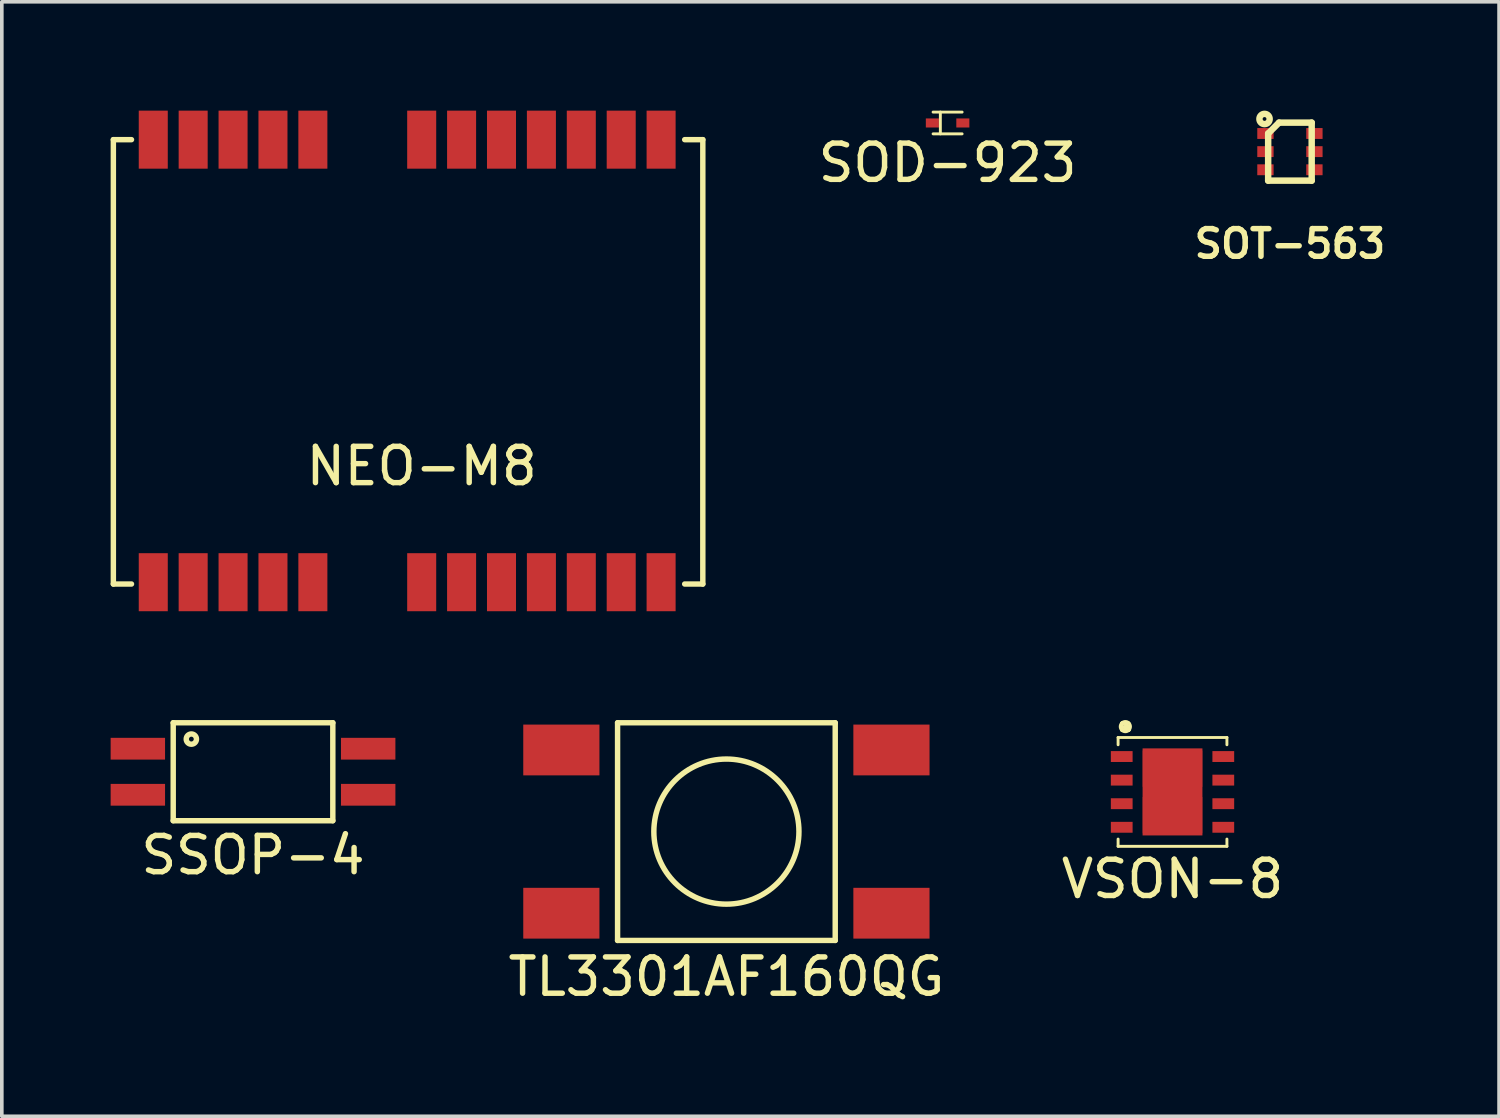
<source format=kicad_pcb>
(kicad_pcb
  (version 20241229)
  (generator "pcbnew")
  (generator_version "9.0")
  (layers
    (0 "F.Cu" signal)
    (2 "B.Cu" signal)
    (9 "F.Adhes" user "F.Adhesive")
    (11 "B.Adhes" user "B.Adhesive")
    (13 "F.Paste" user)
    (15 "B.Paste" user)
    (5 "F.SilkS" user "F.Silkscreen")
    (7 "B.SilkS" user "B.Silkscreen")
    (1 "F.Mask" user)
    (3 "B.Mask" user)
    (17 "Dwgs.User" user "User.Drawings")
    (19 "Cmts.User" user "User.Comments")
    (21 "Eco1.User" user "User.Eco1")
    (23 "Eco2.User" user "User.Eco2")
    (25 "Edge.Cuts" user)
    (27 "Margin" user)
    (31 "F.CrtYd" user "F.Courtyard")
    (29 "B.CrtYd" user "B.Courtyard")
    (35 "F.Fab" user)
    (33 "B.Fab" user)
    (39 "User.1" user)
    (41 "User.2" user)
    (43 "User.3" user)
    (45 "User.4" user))
  (footprint "SOT-563"
    (layer "F.Cu")
    (at 32.51 1.13)
    (property "Reference" "SOT-563" (at 0 2.54 0) (layer "F.SilkS") (effects (font (size 0.762 0.762) (thickness 0.152))))
    (attr smd)
    (fp_line (start -0.6 -0.5) (end -0.6 0.8) (stroke (width 0.178) (type solid)) (layer "F.SilkS"))
    (fp_line (start -0.6 -0.5) (end -0.3 -0.8) (stroke (width 0.178) (type solid)) (layer "F.SilkS"))
    (fp_line (start -0.6 0.8) (end 0.6 0.8) (stroke (width 0.178) (type solid)) (layer "F.SilkS"))
    (fp_line (start -0.3 -0.8) (end 0.6 -0.8) (stroke (width 0.178) (type solid)) (layer "F.SilkS"))
    (fp_line (start 0.6 0.8) (end 0.6 -0.8) (stroke (width 0.178) (type solid)) (layer "F.SilkS"))
    (fp_circle (center -0.7 -0.9) (end -0.8 -1) (stroke (width 0.178) (type solid)) (fill no) (layer "F.SilkS"))
    (pad "1" smd rect (at -0.675 -0.5) (size 0.45 0.3) (layers "F.Cu" "F.Mask" "F.Paste"))
    (pad "2" smd rect (at -0.675 0) (size 0.45 0.3) (layers "F.Cu" "F.Mask" "F.Paste"))
    (pad "3" smd rect (at -0.675 0.5) (size 0.45 0.3) (layers "F.Cu" "F.Mask" "F.Paste"))
    (pad "4" smd rect (at 0.675 0.5) (size 0.45 0.3) (layers "F.Cu" "F.Mask" "F.Paste"))
    (pad "5" smd rect (at 0.675 0) (size 0.45 0.3) (layers "F.Cu" "F.Mask" "F.Paste"))
    (pad "6" smd rect (at 0.675 -0.5) (size 0.45 0.3) (layers "F.Cu" "F.Mask" "F.Paste")))
  (footprint "SOD-923"
    (layer "F.Cu")
    (at 23.073 0.34)
    (property "Reference" "SOD-923" (at 0 1.1 0) (layer "F.SilkS") (effects (font (size 1 1) (thickness 0.15))))
    (attr through_hole)
    (fp_line (start -0.4 -0.3) (end 0.4 -0.3) (stroke (width 0.08) (type solid)) (layer "F.SilkS"))
    (fp_line (start -0.4 0.3) (end 0.4 0.3) (stroke (width 0.08) (type solid)) (layer "F.SilkS"))
    (fp_line (start -0.2 -0.3) (end -0.2 0.3) (stroke (width 0.08) (type solid)) (layer "F.SilkS"))
    (pad "1" smd rect (at -0.42 0) (size 0.36 0.25) (layers "F.Cu" "F.Mask" "F.Paste"))
    (pad "2" smd rect (at 0.42 0) (size 0.36 0.25) (layers "F.Cu" "F.Mask" "F.Paste")))
  (footprint "TL3301AF160QG"
    (layer "F.Cu")
    (at 16.975 19.875)
    (property "Reference" "TL3301AF160QG" (at 0 4 0) (layer "F.SilkS") (effects (font (size 1 1) (thickness 0.15))))
    (attr through_hole)
    (fp_line (start -3 -3) (end 3 -3) (stroke (width 0.15) (type solid)) (layer "F.SilkS"))
    (fp_line (start -3 3) (end -3 -3) (stroke (width 0.15) (type solid)) (layer "F.SilkS"))
    (fp_line (start 3 -3) (end 3 3) (stroke (width 0.15) (type solid)) (layer "F.SilkS"))
    (fp_line (start 3 3) (end -3 3) (stroke (width 0.15) (type solid)) (layer "F.SilkS"))
    (fp_circle (center 0 0) (end 2 0) (stroke (width 0.15) (type solid)) (fill no) (layer "F.SilkS"))
    (pad "1" smd rect (at -4.55 -2.25) (size 2.1 1.4) (layers "F.Cu" "F.Mask" "F.Paste"))
    (pad "1" smd rect (at 4.55 -2.25) (size 2.1 1.4) (layers "F.Cu" "F.Mask" "F.Paste"))
    (pad "2" smd rect (at -4.55 2.25) (size 2.1 1.4) (layers "F.Cu" "F.Mask" "F.Paste"))
    (pad "2" smd rect (at 4.55 2.25) (size 2.1 1.4) (layers "F.Cu" "F.Mask" "F.Paste")))
  (footprint "SSOP-4"
    (layer "F.Cu")
    (at 3.925 18.225)
    (property "Reference" "SSOP-4" (at 0 2.3 0) (layer "F.SilkS") (effects (font (size 1 1) (thickness 0.15))))
    (attr through_hole)
    (fp_line (start -2.2 -1.35) (end 2.2 -1.35) (stroke (width 0.15) (type solid)) (layer "F.SilkS"))
    (fp_line (start -2.2 1.35) (end -2.2 -1.35) (stroke (width 0.15) (type solid)) (layer "F.SilkS"))
    (fp_line (start 2.2 -1.35) (end 2.2 1.35) (stroke (width 0.15) (type solid)) (layer "F.SilkS"))
    (fp_line (start 2.2 1.35) (end -2.2 1.35) (stroke (width 0.15) (type solid)) (layer "F.SilkS"))
    (fp_circle (center -1.7 -0.9) (end -1.6 -0.8) (stroke (width 0.15) (type solid)) (fill no) (layer "F.SilkS"))
    (pad "1" smd rect (at -3.175 -0.635) (size 1.5 0.6) (layers "F.Cu" "F.Mask" "F.Paste"))
    (pad "2" smd rect (at -3.175 0.635) (size 1.5 0.6) (layers "F.Cu" "F.Mask" "F.Paste"))
    (pad "3" smd rect (at 3.175 0.635) (size 1.5 0.6) (layers "F.Cu" "F.Mask" "F.Paste"))
    (pad "4" smd rect (at 3.175 -0.635) (size 1.5 0.6) (layers "F.Cu" "F.Mask" "F.Paste")))
  (footprint "NEO-M8"
    (layer "F.Cu")
    (at 8.575 0.8)
    (property "Reference" "NEO-M8" (at 0 9 0) (layer "F.SilkS") (effects (font (size 1 1) (thickness 0.15))))
    (attr through_hole)
    (fp_line (start -8.5 0) (end -8 0) (stroke (width 0.15) (type solid)) (layer "F.SilkS"))
    (fp_line (start -8.5 12.25) (end -8.5 0) (stroke (width 0.15) (type solid)) (layer "F.SilkS"))
    (fp_line (start -8 12.25) (end -8.5 12.25) (stroke (width 0.15) (type solid)) (layer "F.SilkS"))
    (fp_line (start 7.25 0) (end 7.75 0) (stroke (width 0.15) (type solid)) (layer "F.SilkS"))
    (fp_line (start 7.75 0) (end 7.75 12.25) (stroke (width 0.15) (type solid)) (layer "F.SilkS"))
    (fp_line (start 7.75 12.25) (end 7.25 12.25) (stroke (width 0.15) (type solid)) (layer "F.SilkS"))
    (pad "1" smd rect (at 6.6 0) (size 0.8 1.6) (layers "F.Cu" "F.Mask" "F.Paste"))
    (pad "2" smd rect (at 5.5 0) (size 0.8 1.6) (layers "F.Cu" "F.Mask" "F.Paste"))
    (pad "3" smd rect (at 4.4 0) (size 0.8 1.6) (layers "F.Cu" "F.Mask" "F.Paste"))
    (pad "4" smd rect (at 3.3 0) (size 0.8 1.6) (layers "F.Cu" "F.Mask" "F.Paste"))
    (pad "5" smd rect (at 2.2 0) (size 0.8 1.6) (layers "F.Cu" "F.Mask" "F.Paste"))
    (pad "6" smd rect (at 1.1 0) (size 0.8 1.6) (layers "F.Cu" "F.Mask" "F.Paste"))
    (pad "7" smd rect (at 0 0) (size 0.8 1.6) (layers "F.Cu" "F.Mask" "F.Paste"))
    (pad "8" smd rect (at -3 0) (size 0.8 1.6) (layers "F.Cu" "F.Mask" "F.Paste"))
    (pad "9" smd rect (at -4.1 0) (size 0.8 1.6) (layers "F.Cu" "F.Mask" "F.Paste"))
    (pad "10" smd rect (at -5.2 0) (size 0.8 1.6) (layers "F.Cu" "F.Mask" "F.Paste"))
    (pad "11" smd rect (at -6.3 0) (size 0.8 1.6) (layers "F.Cu" "F.Mask" "F.Paste"))
    (pad "12" smd rect (at -7.4 0) (size 0.8 1.6) (layers "F.Cu" "F.Mask" "F.Paste"))
    (pad "13" smd rect (at -7.4 12.2) (size 0.8 1.6) (layers "F.Cu" "F.Mask" "F.Paste"))
    (pad "14" smd rect (at -6.3 12.2) (size 0.8 1.6) (layers "F.Cu" "F.Mask" "F.Paste"))
    (pad "15" smd rect (at -5.2 12.2) (size 0.8 1.6) (layers "F.Cu" "F.Mask" "F.Paste"))
    (pad "16" smd rect (at -4.1 12.2) (size 0.8 1.6) (layers "F.Cu" "F.Mask" "F.Paste"))
    (pad "17" smd rect (at -3 12.2) (size 0.8 1.6) (layers "F.Cu" "F.Mask" "F.Paste"))
    (pad "18" smd rect (at 0 12.2) (size 0.8 1.6) (layers "F.Cu" "F.Mask" "F.Paste"))
    (pad "19" smd rect (at 1.1 12.2) (size 0.8 1.6) (layers "F.Cu" "F.Mask" "F.Paste"))
    (pad "20" smd rect (at 2.2 12.2) (size 0.8 1.6) (layers "F.Cu" "F.Mask" "F.Paste"))
    (pad "21" smd rect (at 3.3 12.2) (size 0.8 1.6) (layers "F.Cu" "F.Mask" "F.Paste"))
    (pad "22" smd rect (at 4.4 12.2) (size 0.8 1.6) (layers "F.Cu" "F.Mask" "F.Paste"))
    (pad "23" smd rect (at 5.5 12.2) (size 0.8 1.6) (layers "F.Cu" "F.Mask" "F.Paste"))
    (pad "24" smd rect (at 6.6 12.2) (size 0.8 1.6) (layers "F.Cu" "F.Mask" "F.Paste")))
  (footprint "VSON-8"
    (layer "F.Cu")
    (at 29.273 18.781)
    (property "Reference" "VSON-8" (at 0 2.4 0) (layer "F.SilkS") (effects (font (size 1 1) (thickness 0.15))))
    (attr through_hole)
    (fp_line (start -1.5 -1.5) (end 1.5 -1.5) (stroke (width 0.08) (type solid)) (layer "F.SilkS"))
    (fp_line (start -1.5 -1.3) (end -1.5 -1.5) (stroke (width 0.08) (type solid)) (layer "F.SilkS"))
    (fp_line (start -1.5 1.5) (end -1.5 1.3) (stroke (width 0.08) (type solid)) (layer "F.SilkS"))
    (fp_line (start -1.4 -1.9) (end -1.4 -1.8) (stroke (width 0.08) (type solid)) (layer "F.SilkS"))
    (fp_line (start -1.4 -1.8) (end -1.2 -1.8) (stroke (width 0.08) (type solid)) (layer "F.SilkS"))
    (fp_line (start -1.4 -1.8) (end -1.2 -1.7) (stroke (width 0.08) (type solid)) (layer "F.SilkS"))
    (fp_line (start -1.4 -1.7) (end -1.4 -1.8) (stroke (width 0.08) (type solid)) (layer "F.SilkS"))
    (fp_line (start -1.3 -1.9) (end -1.2 -1.8) (stroke (width 0.08) (type solid)) (layer "F.SilkS"))
    (fp_line (start -1.2 -1.9) (end -1.4 -1.9) (stroke (width 0.08) (type solid)) (layer "F.SilkS"))
    (fp_line (start -1.2 -1.8) (end -1.4 -1.9) (stroke (width 0.08) (type solid)) (layer "F.SilkS"))
    (fp_line (start -1.2 -1.8) (end -1.2 -1.7) (stroke (width 0.08) (type solid)) (layer "F.SilkS"))
    (fp_line (start -1.2 -1.7) (end -1.4 -1.7) (stroke (width 0.08) (type solid)) (layer "F.SilkS"))
    (fp_line (start -1.2 -1.7) (end -1.3 -1.9) (stroke (width 0.08) (type solid)) (layer "F.SilkS"))
    (fp_line (start 1.5 -1.5) (end 1.5 -1.3) (stroke (width 0.08) (type solid)) (layer "F.SilkS"))
    (fp_line (start 1.5 1.5) (end -1.5 1.5) (stroke (width 0.08) (type solid)) (layer "F.SilkS"))
    (fp_line (start 1.5 1.5) (end 1.5 1.3) (stroke (width 0.08) (type solid)) (layer "F.SilkS"))
    (fp_circle (center -1.3 -1.8) (end -1.2 -1.7) (stroke (width 0.08) (type solid)) (fill no) (layer "F.SilkS"))
    (pad "1" smd rect (at -1.4 -0.975) (size 0.6 0.3) (layers "F.Cu" "F.Mask" "F.Paste"))
    (pad "2" smd rect (at -1.4 -0.325) (size 0.6 0.3) (layers "F.Cu" "F.Mask" "F.Paste"))
    (pad "3" smd rect (at -1.4 0.325) (size 0.6 0.3) (layers "F.Cu" "F.Mask" "F.Paste"))
    (pad "4" smd rect (at -1.4 0.975) (size 0.6 0.3) (layers "F.Cu" "F.Mask" "F.Paste"))
    (pad "5" smd rect (at 1.4 0.975) (size 0.6 0.3) (layers "F.Cu" "F.Mask" "F.Paste"))
    (pad "6" smd rect (at 1.4 0.325) (size 0.6 0.3) (layers "F.Cu" "F.Mask" "F.Paste"))
    (pad "7" smd rect (at 1.4 -0.325) (size 0.6 0.3) (layers "F.Cu" "F.Mask" "F.Paste"))
    (pad "8" smd rect (at 1.4 -0.975) (size 0.6 0.3) (layers "F.Cu" "F.Mask" "F.Paste"))
    (pad "9" smd rect (at -0.42 -0.64) (size 0.8 1) (layers "F.Cu" "F.Paste"))
    (pad "9" smd rect (at -0.42 0.64) (size 0.8 1) (layers "F.Cu" "F.Paste"))
    (pad "9" smd rect (at 0 0) (size 1.65 2.4) (layers "F.Cu" "F.Mask"))
    (pad "9" smd rect (at 0.42 -0.64) (size 0.8 1) (layers "F.Cu" "F.Paste"))
    (pad "9" smd rect (at 0.42 0.64) (size 0.8 1) (layers "F.Cu" "F.Paste")))
  (gr_rect
    (start -3 -3)
    (end 38.275 27.723)
    (stroke (width 0.1) (type default))
    (fill no)
    (layer "Edge.Cuts")))
</source>
